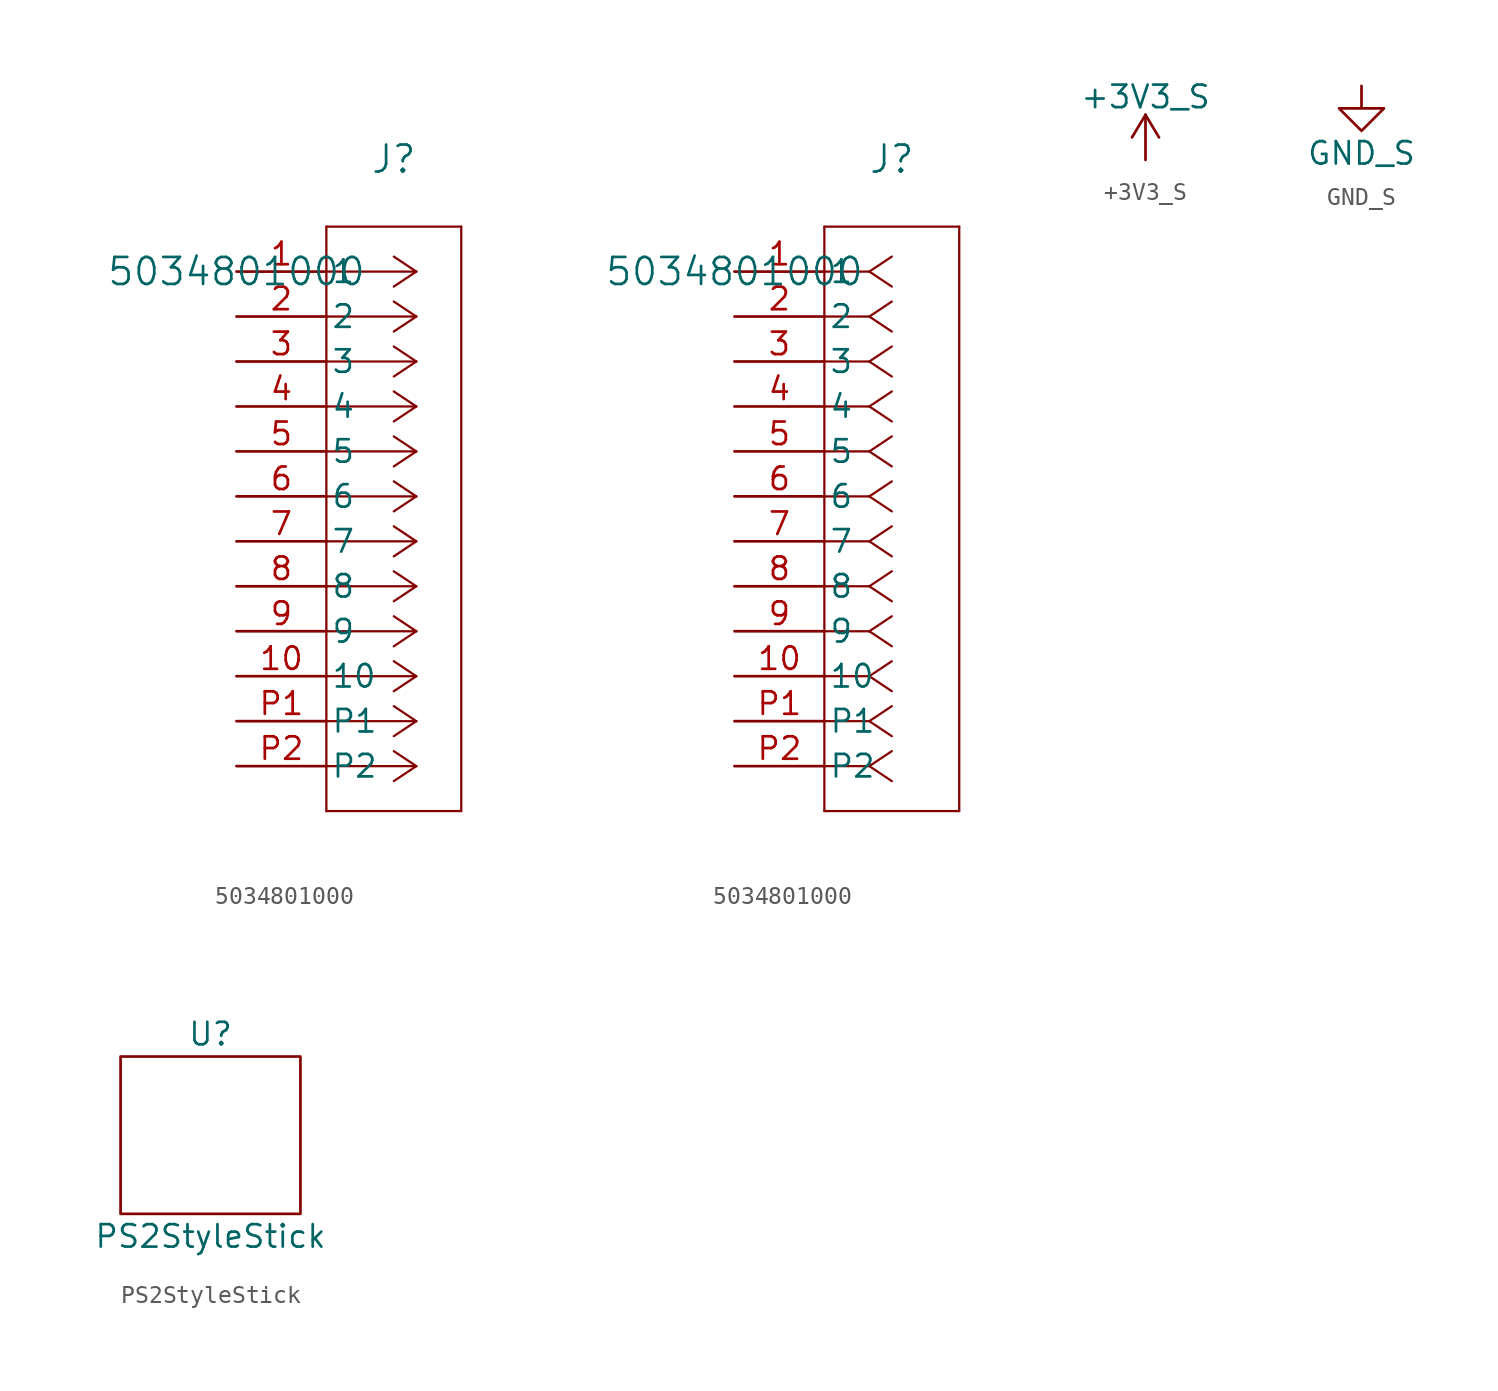
<source format=kicad_sym>
(kicad_symbol_lib
  (version 20220914)
  (generator kicad_symbol_editor)
  (symbol "5034801000"
    (pin_names
      (offset 0.254))
    (property "Reference" "J"
      (at 8.89 6.35 0)
      (effects (font (size 1.524 1.524))))
    (property "Value" "5034801000"
      (at 0 0 0)
      (effects (font (size 1.524 1.524))))
    (property "ki_locked" ""
      (at 0 0 0)
      (effects (font (size 1.27 1.27))))
    (symbol "5034801000_1_1"
      (polyline (pts (xy 5.08 -30.48) (xy 12.7 -30.48)) (stroke (width 0.127) (type default)) (fill (type none)))
      (polyline (pts (xy 5.08 2.54) (xy 5.08 -30.48)) (stroke (width 0.127) (type default)) (fill (type none)))
      (polyline (pts (xy 10.16 -27.94) (xy 5.08 -27.94)) (stroke (width 0.127) (type default)) (fill (type none)))
      (polyline (pts (xy 10.16 -27.94) (xy 8.89 -28.787)) (stroke (width 0.127) (type default)) (fill (type none)))
      (polyline (pts (xy 10.16 -27.94) (xy 8.89 -27.093)) (stroke (width 0.127) (type default)) (fill (type none)))
      (polyline (pts (xy 10.16 -25.4) (xy 5.08 -25.4)) (stroke (width 0.127) (type default)) (fill (type none)))
      (polyline (pts (xy 10.16 -25.4) (xy 8.89 -26.247)) (stroke (width 0.127) (type default)) (fill (type none)))
      (polyline (pts (xy 10.16 -25.4) (xy 8.89 -24.553)) (stroke (width 0.127) (type default)) (fill (type none)))
      (polyline (pts (xy 10.16 -22.86) (xy 5.08 -22.86)) (stroke (width 0.127) (type default)) (fill (type none)))
      (polyline (pts (xy 10.16 -22.86) (xy 8.89 -23.707)) (stroke (width 0.127) (type default)) (fill (type none)))
      (polyline (pts (xy 10.16 -22.86) (xy 8.89 -22.013)) (stroke (width 0.127) (type default)) (fill (type none)))
      (polyline (pts (xy 10.16 -20.32) (xy 5.08 -20.32)) (stroke (width 0.127) (type default)) (fill (type none)))
      (polyline (pts (xy 10.16 -20.32) (xy 8.89 -21.167)) (stroke (width 0.127) (type default)) (fill (type none)))
      (polyline (pts (xy 10.16 -20.32) (xy 8.89 -19.473)) (stroke (width 0.127) (type default)) (fill (type none)))
      (polyline (pts (xy 10.16 -17.78) (xy 5.08 -17.78)) (stroke (width 0.127) (type default)) (fill (type none)))
      (polyline (pts (xy 10.16 -17.78) (xy 8.89 -18.627)) (stroke (width 0.127) (type default)) (fill (type none)))
      (polyline (pts (xy 10.16 -17.78) (xy 8.89 -16.933)) (stroke (width 0.127) (type default)) (fill (type none)))
      (polyline (pts (xy 10.16 -15.24) (xy 5.08 -15.24)) (stroke (width 0.127) (type default)) (fill (type none)))
      (polyline (pts (xy 10.16 -15.24) (xy 8.89 -16.087)) (stroke (width 0.127) (type default)) (fill (type none)))
      (polyline (pts (xy 10.16 -15.24) (xy 8.89 -14.393)) (stroke (width 0.127) (type default)) (fill (type none)))
      (polyline (pts (xy 10.16 -12.7) (xy 5.08 -12.7)) (stroke (width 0.127) (type default)) (fill (type none)))
      (polyline (pts (xy 10.16 -12.7) (xy 8.89 -13.547)) (stroke (width 0.127) (type default)) (fill (type none)))
      (polyline (pts (xy 10.16 -12.7) (xy 8.89 -11.853)) (stroke (width 0.127) (type default)) (fill (type none)))
      (polyline (pts (xy 10.16 -10.16) (xy 5.08 -10.16)) (stroke (width 0.127) (type default)) (fill (type none)))
      (polyline (pts (xy 10.16 -10.16) (xy 8.89 -11.007)) (stroke (width 0.127) (type default)) (fill (type none)))
      (polyline (pts (xy 10.16 -10.16) (xy 8.89 -9.313)) (stroke (width 0.127) (type default)) (fill (type none)))
      (polyline (pts (xy 10.16 -7.62) (xy 5.08 -7.62)) (stroke (width 0.127) (type default)) (fill (type none)))
      (polyline (pts (xy 10.16 -7.62) (xy 8.89 -8.467)) (stroke (width 0.127) (type default)) (fill (type none)))
      (polyline (pts (xy 10.16 -7.62) (xy 8.89 -6.773)) (stroke (width 0.127) (type default)) (fill (type none)))
      (polyline (pts (xy 10.16 -5.08) (xy 5.08 -5.08)) (stroke (width 0.127) (type default)) (fill (type none)))
      (polyline (pts (xy 10.16 -5.08) (xy 8.89 -5.927)) (stroke (width 0.127) (type default)) (fill (type none)))
      (polyline (pts (xy 10.16 -5.08) (xy 8.89 -4.233)) (stroke (width 0.127) (type default)) (fill (type none)))
      (polyline (pts (xy 10.16 -2.54) (xy 5.08 -2.54)) (stroke (width 0.127) (type default)) (fill (type none)))
      (polyline (pts (xy 10.16 -2.54) (xy 8.89 -3.387)) (stroke (width 0.127) (type default)) (fill (type none)))
      (polyline (pts (xy 10.16 -2.54) (xy 8.89 -1.693)) (stroke (width 0.127) (type default)) (fill (type none)))
      (polyline (pts (xy 10.16 0) (xy 5.08 0)) (stroke (width 0.127) (type default)) (fill (type none)))
      (polyline (pts (xy 10.16 0) (xy 8.89 -0.847)) (stroke (width 0.127) (type default)) (fill (type none)))
      (polyline (pts (xy 10.16 0) (xy 8.89 0.847)) (stroke (width 0.127) (type default)) (fill (type none)))
      (polyline (pts (xy 12.7 -30.48) (xy 12.7 2.54)) (stroke (width 0.127) (type default)) (fill (type none)))
      (polyline (pts (xy 12.7 2.54) (xy 5.08 2.54)) (stroke (width 0.127) (type default)) (fill (type none)))
      (pin unspecified line (at 0 0 0) (length 5.08) (name "1" (effects (font (size 1.27 1.27)))) (number "1" (effects (font (size 1.27 1.27)))))
      (pin unspecified line (at 0 -22.86 0) (length 5.08) (name "10" (effects (font (size 1.27 1.27)))) (number "10" (effects (font (size 1.27 1.27)))))
      (pin unspecified line (at 0 -2.54 0) (length 5.08) (name "2" (effects (font (size 1.27 1.27)))) (number "2" (effects (font (size 1.27 1.27)))))
      (pin unspecified line (at 0 -5.08 0) (length 5.08) (name "3" (effects (font (size 1.27 1.27)))) (number "3" (effects (font (size 1.27 1.27)))))
      (pin unspecified line (at 0 -7.62 0) (length 5.08) (name "4" (effects (font (size 1.27 1.27)))) (number "4" (effects (font (size 1.27 1.27)))))
      (pin unspecified line (at 0 -10.16 0) (length 5.08) (name "5" (effects (font (size 1.27 1.27)))) (number "5" (effects (font (size 1.27 1.27)))))
      (pin unspecified line (at 0 -12.7 0) (length 5.08) (name "6" (effects (font (size 1.27 1.27)))) (number "6" (effects (font (size 1.27 1.27)))))
      (pin unspecified line (at 0 -15.24 0) (length 5.08) (name "7" (effects (font (size 1.27 1.27)))) (number "7" (effects (font (size 1.27 1.27)))))
      (pin unspecified line (at 0 -17.78 0) (length 5.08) (name "8" (effects (font (size 1.27 1.27)))) (number "8" (effects (font (size 1.27 1.27)))))
      (pin unspecified line (at 0 -20.32 0) (length 5.08) (name "9" (effects (font (size 1.27 1.27)))) (number "9" (effects (font (size 1.27 1.27)))))
      (pin unspecified line (at 0 -25.4 0) (length 5.08) (name "P1" (effects (font (size 1.27 1.27)))) (number "P1" (effects (font (size 1.27 1.27)))))
      (pin unspecified line (at 0 -27.94 0) (length 5.08) (name "P2" (effects (font (size 1.27 1.27)))) (number "P2" (effects (font (size 1.27 1.27))))))
    (symbol "5034801000_1_2"
      (polyline (pts (xy 5.08 -30.48) (xy 12.7 -30.48)) (stroke (width 0.127) (type default)) (fill (type none)))
      (polyline (pts (xy 5.08 2.54) (xy 5.08 -30.48)) (stroke (width 0.127) (type default)) (fill (type none)))
      (polyline (pts (xy 7.62 -27.94) (xy 5.08 -27.94)) (stroke (width 0.127) (type default)) (fill (type none)))
      (polyline (pts (xy 7.62 -27.94) (xy 8.89 -28.787)) (stroke (width 0.127) (type default)) (fill (type none)))
      (polyline (pts (xy 7.62 -27.94) (xy 8.89 -27.093)) (stroke (width 0.127) (type default)) (fill (type none)))
      (polyline (pts (xy 7.62 -25.4) (xy 5.08 -25.4)) (stroke (width 0.127) (type default)) (fill (type none)))
      (polyline (pts (xy 7.62 -25.4) (xy 8.89 -26.247)) (stroke (width 0.127) (type default)) (fill (type none)))
      (polyline (pts (xy 7.62 -25.4) (xy 8.89 -24.553)) (stroke (width 0.127) (type default)) (fill (type none)))
      (polyline (pts (xy 7.62 -22.86) (xy 5.08 -22.86)) (stroke (width 0.127) (type default)) (fill (type none)))
      (polyline (pts (xy 7.62 -22.86) (xy 8.89 -23.707)) (stroke (width 0.127) (type default)) (fill (type none)))
      (polyline (pts (xy 7.62 -22.86) (xy 8.89 -22.013)) (stroke (width 0.127) (type default)) (fill (type none)))
      (polyline (pts (xy 7.62 -20.32) (xy 5.08 -20.32)) (stroke (width 0.127) (type default)) (fill (type none)))
      (polyline (pts (xy 7.62 -20.32) (xy 8.89 -21.167)) (stroke (width 0.127) (type default)) (fill (type none)))
      (polyline (pts (xy 7.62 -20.32) (xy 8.89 -19.473)) (stroke (width 0.127) (type default)) (fill (type none)))
      (polyline (pts (xy 7.62 -17.78) (xy 5.08 -17.78)) (stroke (width 0.127) (type default)) (fill (type none)))
      (polyline (pts (xy 7.62 -17.78) (xy 8.89 -18.627)) (stroke (width 0.127) (type default)) (fill (type none)))
      (polyline (pts (xy 7.62 -17.78) (xy 8.89 -16.933)) (stroke (width 0.127) (type default)) (fill (type none)))
      (polyline (pts (xy 7.62 -15.24) (xy 5.08 -15.24)) (stroke (width 0.127) (type default)) (fill (type none)))
      (polyline (pts (xy 7.62 -15.24) (xy 8.89 -16.087)) (stroke (width 0.127) (type default)) (fill (type none)))
      (polyline (pts (xy 7.62 -15.24) (xy 8.89 -14.393)) (stroke (width 0.127) (type default)) (fill (type none)))
      (polyline (pts (xy 7.62 -12.7) (xy 5.08 -12.7)) (stroke (width 0.127) (type default)) (fill (type none)))
      (polyline (pts (xy 7.62 -12.7) (xy 8.89 -13.547)) (stroke (width 0.127) (type default)) (fill (type none)))
      (polyline (pts (xy 7.62 -12.7) (xy 8.89 -11.853)) (stroke (width 0.127) (type default)) (fill (type none)))
      (polyline (pts (xy 7.62 -10.16) (xy 5.08 -10.16)) (stroke (width 0.127) (type default)) (fill (type none)))
      (polyline (pts (xy 7.62 -10.16) (xy 8.89 -11.007)) (stroke (width 0.127) (type default)) (fill (type none)))
      (polyline (pts (xy 7.62 -10.16) (xy 8.89 -9.313)) (stroke (width 0.127) (type default)) (fill (type none)))
      (polyline (pts (xy 7.62 -7.62) (xy 5.08 -7.62)) (stroke (width 0.127) (type default)) (fill (type none)))
      (polyline (pts (xy 7.62 -7.62) (xy 8.89 -8.467)) (stroke (width 0.127) (type default)) (fill (type none)))
      (polyline (pts (xy 7.62 -7.62) (xy 8.89 -6.773)) (stroke (width 0.127) (type default)) (fill (type none)))
      (polyline (pts (xy 7.62 -5.08) (xy 5.08 -5.08)) (stroke (width 0.127) (type default)) (fill (type none)))
      (polyline (pts (xy 7.62 -5.08) (xy 8.89 -5.927)) (stroke (width 0.127) (type default)) (fill (type none)))
      (polyline (pts (xy 7.62 -5.08) (xy 8.89 -4.233)) (stroke (width 0.127) (type default)) (fill (type none)))
      (polyline (pts (xy 7.62 -2.54) (xy 5.08 -2.54)) (stroke (width 0.127) (type default)) (fill (type none)))
      (polyline (pts (xy 7.62 -2.54) (xy 8.89 -3.387)) (stroke (width 0.127) (type default)) (fill (type none)))
      (polyline (pts (xy 7.62 -2.54) (xy 8.89 -1.693)) (stroke (width 0.127) (type default)) (fill (type none)))
      (polyline (pts (xy 7.62 0) (xy 5.08 0)) (stroke (width 0.127) (type default)) (fill (type none)))
      (polyline (pts (xy 7.62 0) (xy 8.89 -0.847)) (stroke (width 0.127) (type default)) (fill (type none)))
      (polyline (pts (xy 7.62 0) (xy 8.89 0.847)) (stroke (width 0.127) (type default)) (fill (type none)))
      (polyline (pts (xy 12.7 -30.48) (xy 12.7 2.54)) (stroke (width 0.127) (type default)) (fill (type none)))
      (polyline (pts (xy 12.7 2.54) (xy 5.08 2.54)) (stroke (width 0.127) (type default)) (fill (type none)))
      (pin unspecified line (at 0 0 0) (length 5.08) (name "1" (effects (font (size 1.27 1.27)))) (number "1" (effects (font (size 1.27 1.27)))))
      (pin unspecified line (at 0 -22.86 0) (length 5.08) (name "10" (effects (font (size 1.27 1.27)))) (number "10" (effects (font (size 1.27 1.27)))))
      (pin unspecified line (at 0 -2.54 0) (length 5.08) (name "2" (effects (font (size 1.27 1.27)))) (number "2" (effects (font (size 1.27 1.27)))))
      (pin unspecified line (at 0 -5.08 0) (length 5.08) (name "3" (effects (font (size 1.27 1.27)))) (number "3" (effects (font (size 1.27 1.27)))))
      (pin unspecified line (at 0 -7.62 0) (length 5.08) (name "4" (effects (font (size 1.27 1.27)))) (number "4" (effects (font (size 1.27 1.27)))))
      (pin unspecified line (at 0 -10.16 0) (length 5.08) (name "5" (effects (font (size 1.27 1.27)))) (number "5" (effects (font (size 1.27 1.27)))))
      (pin unspecified line (at 0 -12.7 0) (length 5.08) (name "6" (effects (font (size 1.27 1.27)))) (number "6" (effects (font (size 1.27 1.27)))))
      (pin unspecified line (at 0 -15.24 0) (length 5.08) (name "7" (effects (font (size 1.27 1.27)))) (number "7" (effects (font (size 1.27 1.27)))))
      (pin unspecified line (at 0 -17.78 0) (length 5.08) (name "8" (effects (font (size 1.27 1.27)))) (number "8" (effects (font (size 1.27 1.27)))))
      (pin unspecified line (at 0 -20.32 0) (length 5.08) (name "9" (effects (font (size 1.27 1.27)))) (number "9" (effects (font (size 1.27 1.27)))))
      (pin unspecified line (at 0 -25.4 0) (length 5.08) (name "P1" (effects (font (size 1.27 1.27)))) (number "P1" (effects (font (size 1.27 1.27)))))
      (pin unspecified line (at 0 -27.94 0) (length 5.08) (name "P2" (effects (font (size 1.27 1.27)))) (number "P2" (effects (font (size 1.27 1.27)))))))
  (symbol "+3V3_S"
    (power)
    (pin_names
      (offset 0))
    (property "Reference" "#PWR"
      (at 0 -3.81 0)
      (effects (font (size 1.27 1.27)) hide))
    (property "Value" "+3V3_S"
      (at 0 3.556 0)
      (effects (font (size 1.27 1.27))))
    (symbol "+3V3_S_0_1"
      (polyline (pts (xy -0.762 1.27) (xy 0 2.54)) (stroke (width 0) (type default)) (fill (type none)))
      (polyline (pts (xy 0 0) (xy 0 2.54)) (stroke (width 0) (type default)) (fill (type none)))
      (polyline (pts (xy 0 2.54) (xy 0.762 1.27)) (stroke (width 0) (type default)) (fill (type none))))
    (symbol "+3V3_S_1_1"
      (pin power_in line (at 0 0 90) (length 0) hide (name "+3V3_S" (effects (font (size 1.27 1.27)))) (number "1" (effects (font (size 1.27 1.27)))))))
  (symbol "GND_S"
    (power)
    (pin_names
      (offset 0))
    (property "Reference" "#PWR"
      (at 0 -6.35 0)
      (effects (font (size 1.27 1.27)) hide))
    (property "Value" "GND_S"
      (at 0 -3.81 0)
      (effects (font (size 1.27 1.27))))
    (symbol "GND_S_0_1"
      (polyline (pts (xy 0 0) (xy 0 -1.27) (xy 1.27 -1.27) (xy 0 -2.54) (xy -1.27 -1.27) (xy 0 -1.27)) (stroke (width 0) (type default)) (fill (type none))))
    (symbol "GND_S_1_1"
      (pin power_in line (at 0 0 270) (length 0) hide (name "GND_S" (effects (font (size 1.27 1.27)))) (number "1" (effects (font (size 1.27 1.27)))))))
  (symbol "PS2StyleStick"
    (property "Reference" "U"
      (at 0 5.08 0)
      (effects (font (size 1.27 1.27))))
    (property "Value" "PS2StyleStick"
      (at 0 -6.35 0)
      (effects (font (size 1.27 1.27))))
    (symbol "PS2StyleStick_0_1"
      (rectangle (start -5.08 3.81) (end 5.08 -5.08) (stroke (width 0) (type default)) (fill (type none))))))
</source>
